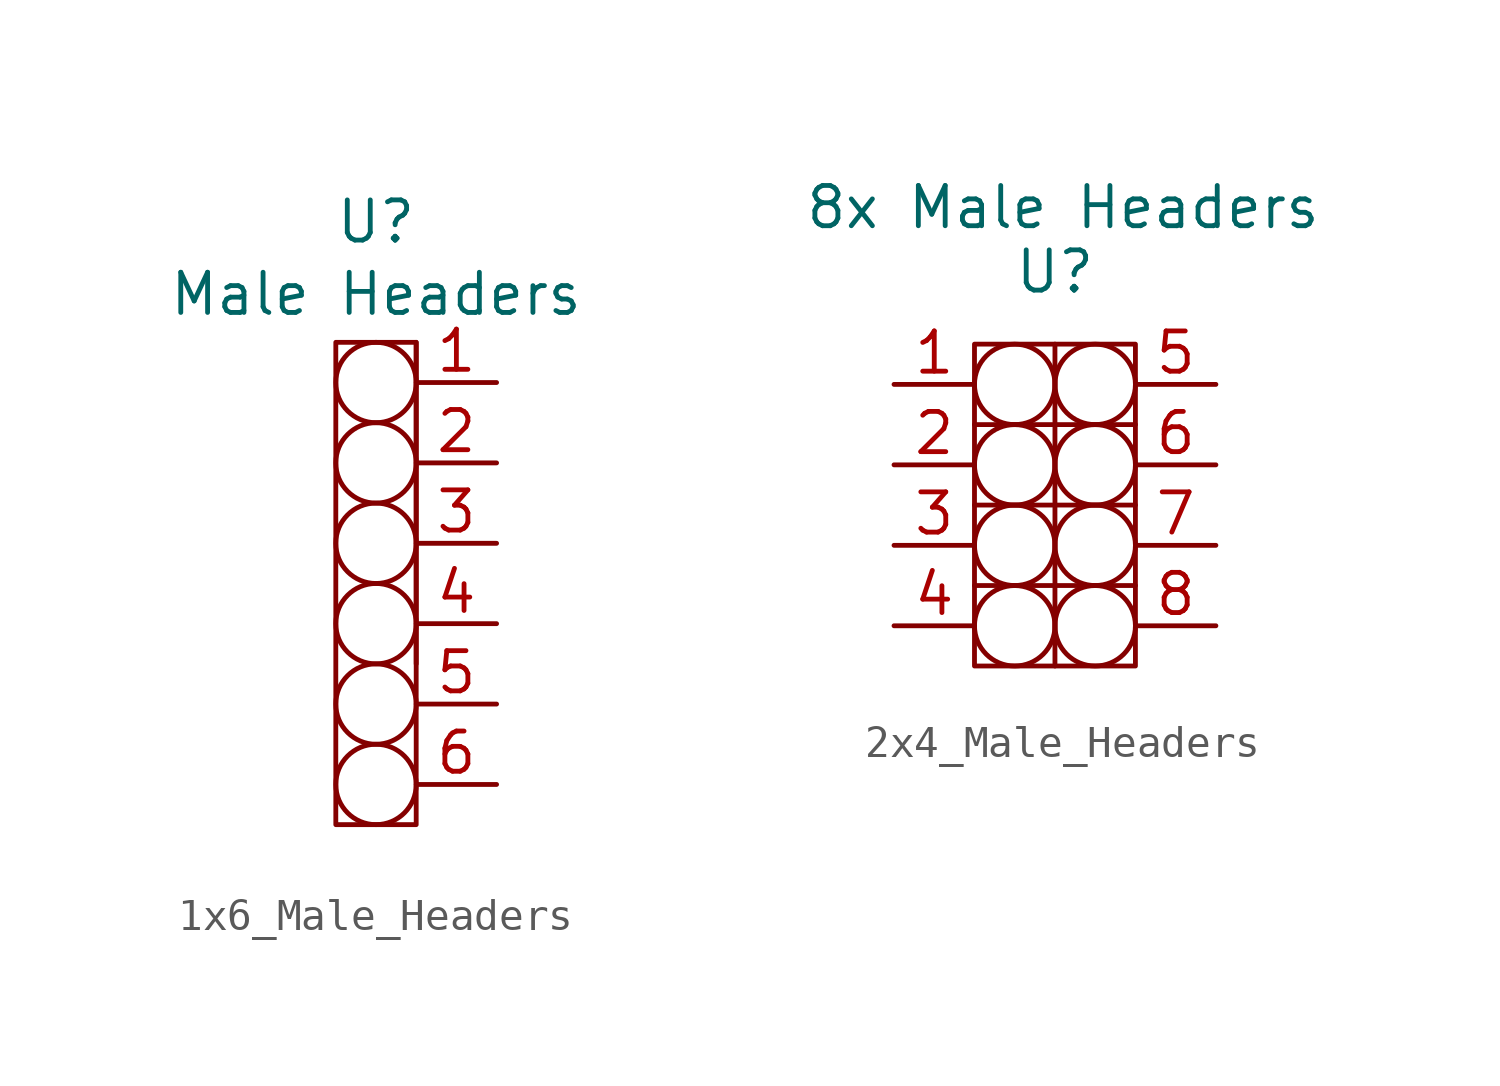
<source format=kicad_sym>
(kicad_symbol_lib
  (version 20241209)
  (generator "kicad_symbol_editor")
  (generator_version "9.0")
  (symbol "1x6_Male_Headers"
    (property "Reference" "U"
      (at 0 11.43 0)
      (effects (font (size 1.27 1.27))))
    (property "Value" "Male Headers"
      (at 0 9.144 0)
      (effects (font (size 1.27 1.27))))
    (symbol "1x6_Male_Headers_0_1"
      (rectangle (start -1.27 7.62) (end 1.27 -7.62) (stroke (width 0) (type default)) (fill (type none)))
      (circle (center 0 6.35) (radius 1.27) (stroke (width 0) (type default)) (fill (type none)))
      (circle (center 0 3.81) (radius 1.27) (stroke (width 0) (type default)) (fill (type none)))
      (circle (center 0 1.27) (radius 1.27) (stroke (width 0) (type default)) (fill (type none)))
      (circle (center 0 -1.27) (radius 1.27) (stroke (width 0) (type default)) (fill (type none)))
      (circle (center 0 -3.81) (radius 1.27) (stroke (width 0) (type default)) (fill (type none)))
      (circle (center 0 -6.35) (radius 1.27) (stroke (width 0) (type default)) (fill (type none)))
      (polyline (pts (xy 1.27 7.62) (xy 1.27 -2.54)) (stroke (width 0) (type default)) (fill (type none))))
    (symbol "1x6_Male_Headers_1_1"
      (pin bidirectional line (at 3.81 6.35 180) (length 2.54) (name "" (effects (font (size 1.27 1.27)))) (number "1" (effects (font (size 1.27 1.27)))))
      (pin bidirectional line (at 3.81 3.81 180) (length 2.54) (name "" (effects (font (size 1.27 1.27)))) (number "2" (effects (font (size 1.27 1.27)))))
      (pin bidirectional line (at 3.81 1.27 180) (length 2.54) (name "" (effects (font (size 1.27 1.27)))) (number "3" (effects (font (size 1.27 1.27)))))
      (pin bidirectional line (at 3.81 -1.27 180) (length 2.54) (name "" (effects (font (size 1.27 1.27)))) (number "4" (effects (font (size 1.27 1.27)))))
      (pin bidirectional line (at 3.81 -3.81 180) (length 2.54) (name "" (effects (font (size 1.27 1.27)))) (number "5" (effects (font (size 1.27 1.27)))))
      (pin bidirectional line (at 3.81 -6.35 180) (length 2.54) (name "" (effects (font (size 1.27 1.27)))) (number "6" (effects (font (size 1.27 1.27)))))))
  (symbol "2x4_Male_Headers"
    (property "Reference" "U"
      (at 0 6.096 0)
      (effects (font (size 1.27 1.27))))
    (property "Value" "8x Male Headers"
      (at 0.254 8.128 0)
      (effects (font (size 1.27 1.27))))
    (symbol "2x4_Male_Headers_0_1"
      (rectangle (start -2.54 3.81) (end 2.54 -6.35) (stroke (width 0) (type default)) (fill (type none)))
      (polyline (pts (xy -2.54 1.27) (xy 2.54 1.27)) (stroke (width 0) (type default)) (fill (type none)))
      (polyline (pts (xy -2.54 -1.27) (xy 2.54 -1.27)) (stroke (width 0) (type default)) (fill (type none)))
      (polyline (pts (xy -2.54 -3.81) (xy 2.54 -3.81)) (stroke (width 0) (type default)) (fill (type none)))
      (circle (center -1.27 2.54) (radius 1.27) (stroke (width 0) (type default)) (fill (type none)))
      (circle (center -1.27 0) (radius 1.27) (stroke (width 0) (type default)) (fill (type none)))
      (circle (center -1.27 -2.54) (radius 1.27) (stroke (width 0) (type default)) (fill (type none)))
      (circle (center -1.27 -5.08) (radius 1.27) (stroke (width 0) (type default)) (fill (type none)))
      (polyline (pts (xy 0 3.81) (xy 0 -6.35)) (stroke (width 0) (type default)) (fill (type none)))
      (circle (center 1.27 2.54) (radius 1.27) (stroke (width 0) (type default)) (fill (type none)))
      (circle (center 1.27 0) (radius 1.27) (stroke (width 0) (type default)) (fill (type none)))
      (circle (center 1.27 -2.54) (radius 1.27) (stroke (width 0) (type default)) (fill (type none)))
      (circle (center 1.27 -5.08) (radius 1.27) (stroke (width 0) (type default)) (fill (type none))))
    (symbol "2x4_Male_Headers_1_1"
      (pin bidirectional line (at -5.08 2.54 0) (length 2.54) (name "" (effects (font (size 1.27 1.27)))) (number "1" (effects (font (size 1.27 1.27)))))
      (pin bidirectional line (at -5.08 0 0) (length 2.54) (name "" (effects (font (size 1.27 1.27)))) (number "2" (effects (font (size 1.27 1.27)))))
      (pin bidirectional line (at -5.08 -2.54 0) (length 2.54) (name "" (effects (font (size 1.27 1.27)))) (number "3" (effects (font (size 1.27 1.27)))))
      (pin bidirectional line (at -5.08 -5.08 0) (length 2.54) (name "" (effects (font (size 1.27 1.27)))) (number "4" (effects (font (size 1.27 1.27)))))
      (pin bidirectional line (at 5.08 2.54 180) (length 2.54) (name "" (effects (font (size 1.27 1.27)))) (number "5" (effects (font (size 1.27 1.27)))))
      (pin bidirectional line (at 5.08 0 180) (length 2.54) (name "" (effects (font (size 1.27 1.27)))) (number "6" (effects (font (size 1.27 1.27)))))
      (pin bidirectional line (at 5.08 -2.54 180) (length 2.54) (name "" (effects (font (size 1.27 1.27)))) (number "7" (effects (font (size 1.27 1.27)))))
      (pin bidirectional line (at 5.08 -5.08 180) (length 2.54) (name "" (effects (font (size 1.27 1.27)))) (number "8" (effects (font (size 1.27 1.27))))))))
</source>
